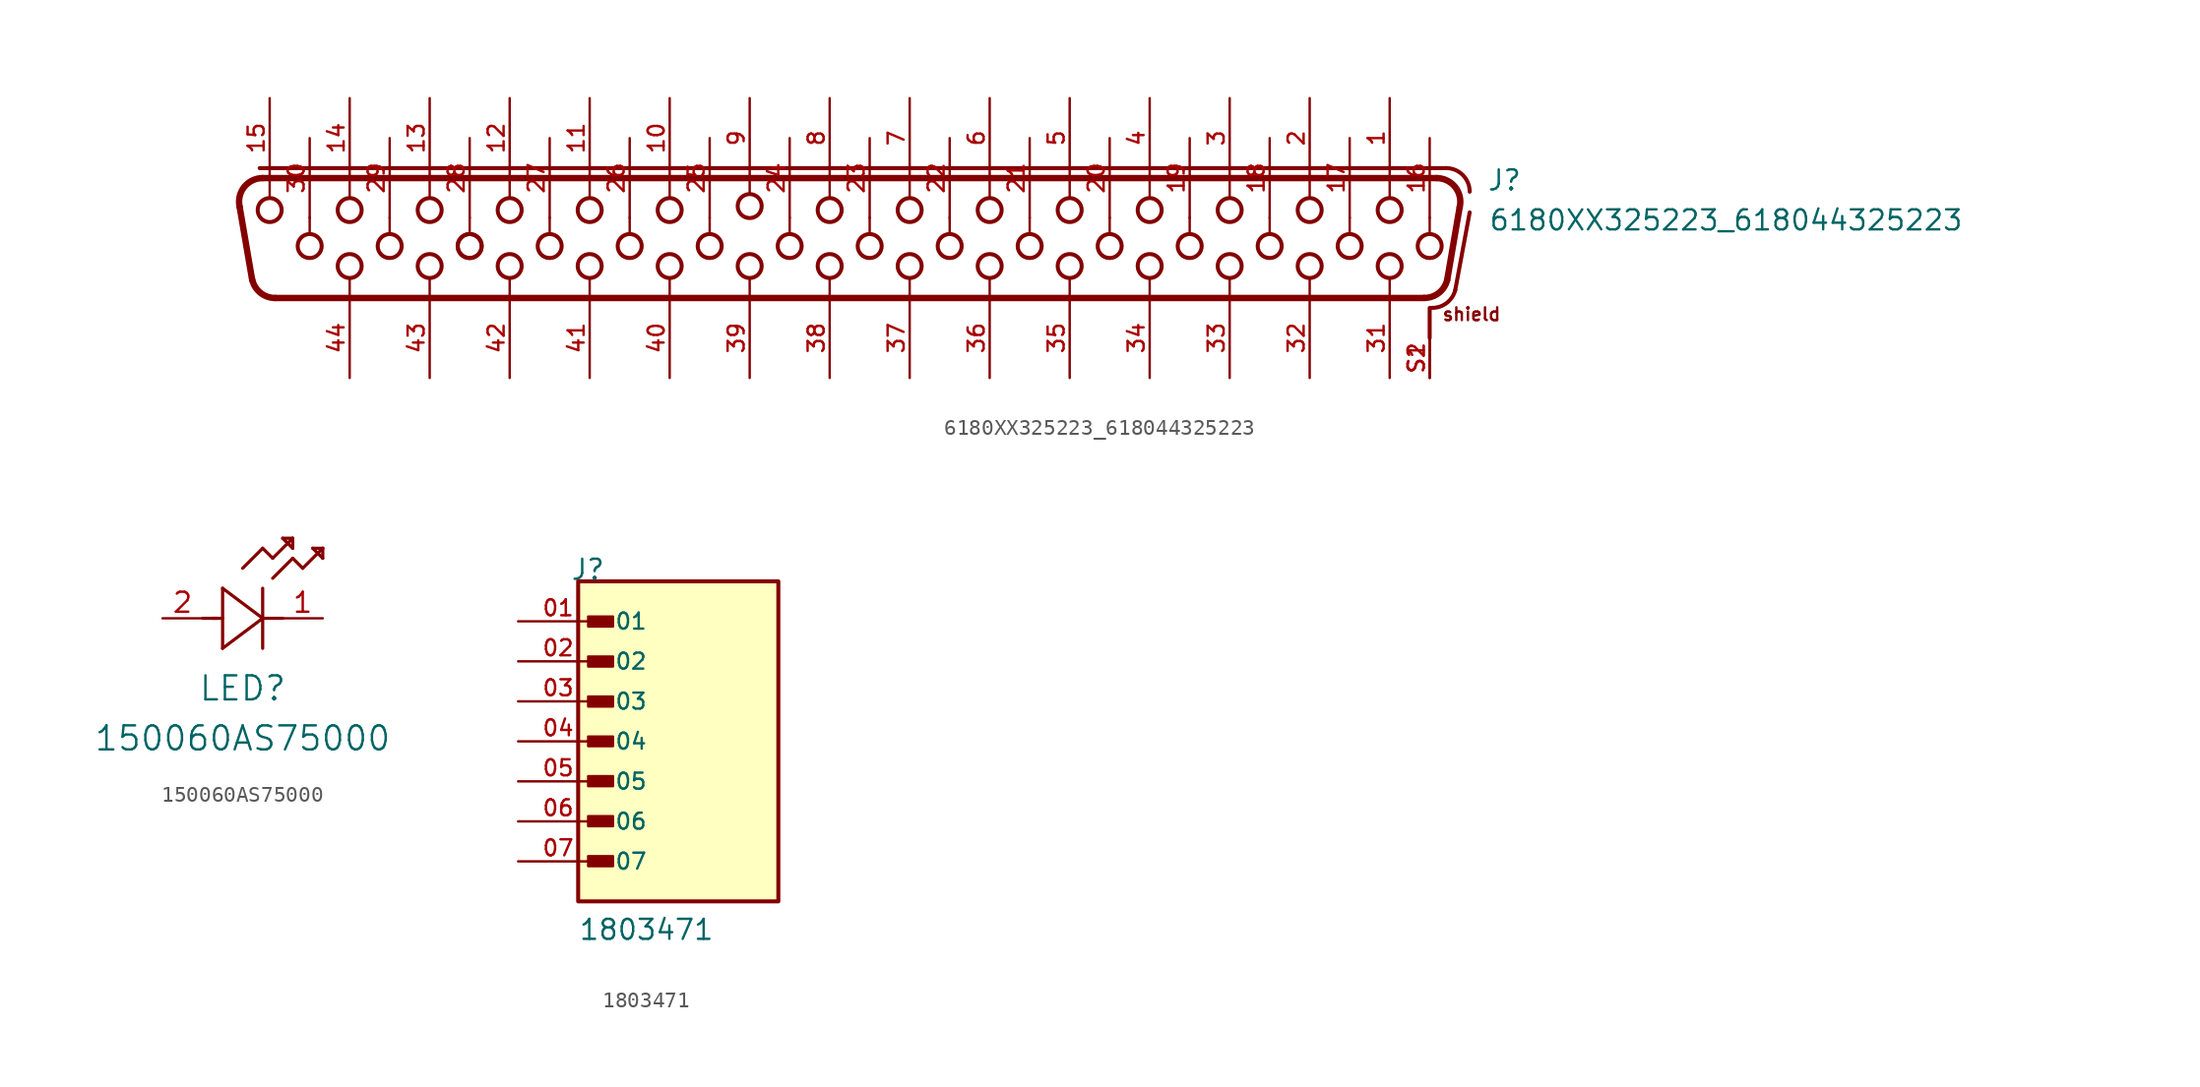
<source format=kicad_sym>
(kicad_symbol_lib
  (version 20231120)
  (generator "kicad_symbol_editor")
  (generator_version "8.0")
  (symbol "6180XX325223_618044325223"
    (pin_names
      (offset 1.016))
    (property "Reference" "J"
      (at 41.72 1.66 0)
      (effects (font (size 1.27 1.27)) (justify left bottom)))
    (property "Value" "6180XX325223_618044325223"
      (at 41.82 -0.88 0)
      (effects (font (size 1.27 1.27)) (justify left bottom)))
    (symbol "6180XX325223_618044325223_0_0"
      (arc (start -36.6729 -3.9248) (mid -36.1468 -4.7539) (end -35.2131 -5.08) (stroke (width 0.4064) (type default)) (fill (type none)))
      (arc (start -36.0044 2.54) (mid -37.1806 1.9708) (end -37.4642 0.6952) (stroke (width 0.4064) (type default)) (fill (type none)))
      (circle (center -35.56 0.508) (radius 0.762) (stroke (width 0.254) (type default)) (fill (type none)))
      (circle (center -33.02 -1.778) (radius 0.762) (stroke (width 0.254) (type default)) (fill (type none)))
      (circle (center -30.48 -3.048) (radius 0.762) (stroke (width 0.254) (type default)) (fill (type none)))
      (circle (center -30.48 0.508) (radius 0.762) (stroke (width 0.254) (type default)) (fill (type none)))
      (circle (center -27.94 -1.778) (radius 0.762) (stroke (width 0.254) (type default)) (fill (type none)))
      (circle (center -25.4 -3.048) (radius 0.762) (stroke (width 0.254) (type default)) (fill (type none)))
      (circle (center -25.4 0.508) (radius 0.762) (stroke (width 0.254) (type default)) (fill (type none)))
      (circle (center -22.86 -1.778) (radius 0.762) (stroke (width 0.254) (type default)) (fill (type none)))
      (circle (center -22.86 -1.778) (radius 0.762) (stroke (width 0.254) (type default)) (fill (type none)))
      (circle (center -20.32 -3.048) (radius 0.762) (stroke (width 0.254) (type default)) (fill (type none)))
      (circle (center -20.32 0.508) (radius 0.762) (stroke (width 0.254) (type default)) (fill (type none)))
      (circle (center -17.78 -1.778) (radius 0.762) (stroke (width 0.254) (type default)) (fill (type none)))
      (circle (center -15.24 -3.048) (radius 0.762) (stroke (width 0.254) (type default)) (fill (type none)))
      (circle (center -15.24 0.508) (radius 0.762) (stroke (width 0.254) (type default)) (fill (type none)))
      (circle (center -12.7 -1.778) (radius 0.762) (stroke (width 0.254) (type default)) (fill (type none)))
      (circle (center -10.16 -3.048) (radius 0.762) (stroke (width 0.254) (type default)) (fill (type none)))
      (circle (center -10.16 0.508) (radius 0.762) (stroke (width 0.254) (type default)) (fill (type none)))
      (circle (center -7.62 -1.778) (radius 0.762) (stroke (width 0.254) (type default)) (fill (type none)))
      (circle (center -5.08 -3.048) (radius 0.762) (stroke (width 0.254) (type default)) (fill (type none)))
      (circle (center -5.08 0.762) (radius 0.762) (stroke (width 0.254) (type default)) (fill (type none)))
      (circle (center -2.54 -1.778) (radius 0.762) (stroke (width 0.254) (type default)) (fill (type none)))
      (circle (center 0 -3.048) (radius 0.762) (stroke (width 0.254) (type default)) (fill (type none)))
      (polyline (pts (xy -36.673 -3.925) (xy -37.464 0.695)) (stroke (width 0.406) (type default)) (fill (type none)))
      (polyline (pts (xy -36.195 3.175) (xy 39.14 3.175)) (stroke (width 0.254) (type default)) (fill (type none)))
      (polyline (pts (xy -36.004 2.54) (xy 38.544 2.54)) (stroke (width 0.406) (type default)) (fill (type none)))
      (polyline (pts (xy -35.56 2.58) (xy -35.56 1.3)) (stroke (width 0.152) (type default)) (fill (type none)))
      (polyline (pts (xy -33.02 0.04) (xy -33.02 -1.04)) (stroke (width 0.152) (type default)) (fill (type none)))
      (polyline (pts (xy -30.48 -5.12) (xy -30.48 -3.84)) (stroke (width 0.152) (type default)) (fill (type none)))
      (polyline (pts (xy -30.48 2.58) (xy -30.48 1.3)) (stroke (width 0.152) (type default)) (fill (type none)))
      (polyline (pts (xy -27.94 0.04) (xy -27.94 -1.04)) (stroke (width 0.152) (type default)) (fill (type none)))
      (polyline (pts (xy -25.4 -5.12) (xy -25.4 -3.84)) (stroke (width 0.152) (type default)) (fill (type none)))
      (polyline (pts (xy -25.4 2.58) (xy -25.4 1.3)) (stroke (width 0.152) (type default)) (fill (type none)))
      (polyline (pts (xy -22.86 0.04) (xy -22.86 -1.04)) (stroke (width 0.152) (type default)) (fill (type none)))
      (polyline (pts (xy -20.32 -5.12) (xy -20.32 -3.84)) (stroke (width 0.152) (type default)) (fill (type none)))
      (polyline (pts (xy -20.32 2.58) (xy -20.32 1.3)) (stroke (width 0.152) (type default)) (fill (type none)))
      (polyline (pts (xy -17.78 0.04) (xy -17.78 -1.04)) (stroke (width 0.152) (type default)) (fill (type none)))
      (polyline (pts (xy -15.24 -5.12) (xy -15.24 -3.84)) (stroke (width 0.152) (type default)) (fill (type none)))
      (polyline (pts (xy -15.24 2.58) (xy -15.24 1.3)) (stroke (width 0.152) (type default)) (fill (type none)))
      (polyline (pts (xy -12.7 0.04) (xy -12.7 -1.04)) (stroke (width 0.152) (type default)) (fill (type none)))
      (polyline (pts (xy -10.16 -5.12) (xy -10.16 -3.84)) (stroke (width 0.152) (type default)) (fill (type none)))
      (polyline (pts (xy -10.16 2.58) (xy -10.16 1.3)) (stroke (width 0.152) (type default)) (fill (type none)))
      (polyline (pts (xy -7.62 0.04) (xy -7.62 -1.04)) (stroke (width 0.152) (type default)) (fill (type none)))
      (polyline (pts (xy -5.08 -5.12) (xy -5.08 -3.84)) (stroke (width 0.152) (type default)) (fill (type none)))
      (polyline (pts (xy -5.08 2.58) (xy -5.08 1.5)) (stroke (width 0.152) (type default)) (fill (type none)))
      (polyline (pts (xy -2.54 0.04) (xy -2.54 -1.04)) (stroke (width 0.152) (type default)) (fill (type none)))
      (polyline (pts (xy 0 -5.12) (xy 0 -3.84)) (stroke (width 0.152) (type default)) (fill (type none)))
      (polyline (pts (xy 0 2.58) (xy 0 1.3)) (stroke (width 0.152) (type default)) (fill (type none)))
      (polyline (pts (xy 2.54 0.04) (xy 2.54 -1.04)) (stroke (width 0.152) (type default)) (fill (type none)))
      (polyline (pts (xy 5.08 -5.12) (xy 5.08 -3.84)) (stroke (width 0.152) (type default)) (fill (type none)))
      (polyline (pts (xy 5.08 2.58) (xy 5.08 1.3)) (stroke (width 0.152) (type default)) (fill (type none)))
      (polyline (pts (xy 7.62 0.04) (xy 7.62 -1.04)) (stroke (width 0.152) (type default)) (fill (type none)))
      (polyline (pts (xy 10.16 -5.12) (xy 10.16 -3.84)) (stroke (width 0.152) (type default)) (fill (type none)))
      (polyline (pts (xy 10.16 2.58) (xy 10.16 1.3)) (stroke (width 0.152) (type default)) (fill (type none)))
      (polyline (pts (xy 12.7 0.04) (xy 12.7 -1.04)) (stroke (width 0.152) (type default)) (fill (type none)))
      (polyline (pts (xy 15.24 -5.12) (xy 15.24 -3.84)) (stroke (width 0.152) (type default)) (fill (type none)))
      (polyline (pts (xy 15.24 2.58) (xy 15.24 1.3)) (stroke (width 0.152) (type default)) (fill (type none)))
      (polyline (pts (xy 17.78 0.04) (xy 17.78 -1.04)) (stroke (width 0.152) (type default)) (fill (type none)))
      (polyline (pts (xy 20.32 -5.12) (xy 20.32 -3.84)) (stroke (width 0.152) (type default)) (fill (type none)))
      (polyline (pts (xy 20.32 2.58) (xy 20.32 1.3)) (stroke (width 0.152) (type default)) (fill (type none)))
      (polyline (pts (xy 22.86 0.04) (xy 22.86 -1.04)) (stroke (width 0.152) (type default)) (fill (type none)))
      (polyline (pts (xy 25.4 -5.12) (xy 25.4 -3.84)) (stroke (width 0.152) (type default)) (fill (type none)))
      (polyline (pts (xy 25.4 2.58) (xy 25.4 1.3)) (stroke (width 0.152) (type default)) (fill (type none)))
      (polyline (pts (xy 27.94 0.04) (xy 27.94 -1.04)) (stroke (width 0.152) (type default)) (fill (type none)))
      (polyline (pts (xy 30.48 -5.12) (xy 30.48 -3.84)) (stroke (width 0.152) (type default)) (fill (type none)))
      (polyline (pts (xy 30.48 2.58) (xy 30.48 1.3)) (stroke (width 0.152) (type default)) (fill (type none)))
      (polyline (pts (xy 33.02 0.04) (xy 33.02 -1.04)) (stroke (width 0.152) (type default)) (fill (type none)))
      (polyline (pts (xy 35.56 -5.12) (xy 35.56 -3.84)) (stroke (width 0.152) (type default)) (fill (type none)))
      (polyline (pts (xy 35.56 2.58) (xy 35.56 1.3)) (stroke (width 0.152) (type default)) (fill (type none)))
      (polyline (pts (xy 37.753 -5.08) (xy -35.213 -5.08)) (stroke (width 0.406) (type default)) (fill (type none)))
      (polyline (pts (xy 38.1 -5.715) (xy 38.1 -7.62)) (stroke (width 0.254) (type default)) (fill (type none)))
      (polyline (pts (xy 38.1 0.04) (xy 38.1 -1.04)) (stroke (width 0.152) (type default)) (fill (type none)))
      (polyline (pts (xy 38.14 -5.71) (xy 38.269 -5.71)) (stroke (width 0.254) (type default)) (fill (type none)))
      (polyline (pts (xy 39.724 -4.574) (xy 40.64 0.36)) (stroke (width 0.254) (type default)) (fill (type none)))
      (polyline (pts (xy 40.004 0.695) (xy 39.213 -3.925)) (stroke (width 0.406) (type default)) (fill (type none)))
      (circle (center 0 0.508) (radius 0.762) (stroke (width 0.254) (type default)) (fill (type none)))
      (circle (center 2.54 -1.778) (radius 0.762) (stroke (width 0.254) (type default)) (fill (type none)))
      (circle (center 5.08 -3.048) (radius 0.762) (stroke (width 0.254) (type default)) (fill (type none)))
      (circle (center 5.08 0.508) (radius 0.762) (stroke (width 0.254) (type default)) (fill (type none)))
      (circle (center 7.62 -1.778) (radius 0.762) (stroke (width 0.254) (type default)) (fill (type none)))
      (circle (center 10.16 -3.048) (radius 0.762) (stroke (width 0.254) (type default)) (fill (type none)))
      (circle (center 10.16 0.508) (radius 0.762) (stroke (width 0.254) (type default)) (fill (type none)))
      (circle (center 12.7 -1.778) (radius 0.762) (stroke (width 0.254) (type default)) (fill (type none)))
      (circle (center 15.24 -3.048) (radius 0.762) (stroke (width 0.254) (type default)) (fill (type none)))
      (circle (center 15.24 0.508) (radius 0.762) (stroke (width 0.254) (type default)) (fill (type none)))
      (circle (center 17.78 -1.778) (radius 0.762) (stroke (width 0.254) (type default)) (fill (type none)))
      (circle (center 20.32 -3.048) (radius 0.762) (stroke (width 0.254) (type default)) (fill (type none)))
      (circle (center 20.32 0.508) (radius 0.762) (stroke (width 0.254) (type default)) (fill (type none)))
      (circle (center 22.86 -1.778) (radius 0.762) (stroke (width 0.254) (type default)) (fill (type none)))
      (circle (center 25.4 -3.048) (radius 0.762) (stroke (width 0.254) (type default)) (fill (type none)))
      (circle (center 25.4 0.508) (radius 0.762) (stroke (width 0.254) (type default)) (fill (type none)))
      (circle (center 27.94 -1.778) (radius 0.762) (stroke (width 0.254) (type default)) (fill (type none)))
      (circle (center 30.48 -3.048) (radius 0.762) (stroke (width 0.254) (type default)) (fill (type none)))
      (circle (center 30.48 0.508) (radius 0.762) (stroke (width 0.254) (type default)) (fill (type none)))
      (circle (center 33.02 -1.778) (radius 0.762) (stroke (width 0.254) (type default)) (fill (type none)))
      (circle (center 35.56 -3.048) (radius 0.762) (stroke (width 0.254) (type default)) (fill (type none)))
      (circle (center 35.56 0.508) (radius 0.762) (stroke (width 0.254) (type default)) (fill (type none)))
      (arc (start 37.7531 -5.08) (mid 38.6808 -4.7586) (end 39.2129 -3.9248) (stroke (width 0.4064) (type default)) (fill (type none)))
      (circle (center 38.1 -1.778) (radius 0.762) (stroke (width 0.254) (type default)) (fill (type none)))
      (arc (start 38.2688 -5.71) (mid 39.1925 -5.3928) (end 39.7241 -4.5738) (stroke (width 0.254) (type default)) (fill (type none)))
      (arc (start 40.0042 0.6952) (mid 39.7183 1.9738) (end 38.5444 2.54) (stroke (width 0.4064) (type default)) (fill (type none)))
      (arc (start 40.64 1.675) (mid 40.2007 2.7357) (end 39.14 3.175) (stroke (width 0.254) (type default)) (fill (type none)))
      (text "shield" (at 38.84 -6.59 0) (effects (font (size 0.813 0.813)) (justify left bottom)))
      (pin bidirectional line (at 35.56 7.62 270) (length 5.08) (name "~" (effects (font (size 1.016 1.016)))) (number "1" (effects (font (size 1.016 1.016)))))
      (pin bidirectional line (at -10.16 7.62 270) (length 5.08) (name "~" (effects (font (size 1.016 1.016)))) (number "10" (effects (font (size 1.016 1.016)))))
      (pin bidirectional line (at -15.24 7.62 270) (length 5.08) (name "~" (effects (font (size 1.016 1.016)))) (number "11" (effects (font (size 1.016 1.016)))))
      (pin bidirectional line (at -20.32 7.62 270) (length 5.08) (name "~" (effects (font (size 1.016 1.016)))) (number "12" (effects (font (size 1.016 1.016)))))
      (pin bidirectional line (at -25.4 7.62 270) (length 5.08) (name "~" (effects (font (size 1.016 1.016)))) (number "13" (effects (font (size 1.016 1.016)))))
      (pin bidirectional line (at -30.48 7.62 270) (length 5.08) (name "~" (effects (font (size 1.016 1.016)))) (number "14" (effects (font (size 1.016 1.016)))))
      (pin bidirectional line (at -35.56 7.62 270) (length 5.08) (name "~" (effects (font (size 1.016 1.016)))) (number "15" (effects (font (size 1.016 1.016)))))
      (pin bidirectional line (at 38.1 5.08 270) (length 5.08) (name "~" (effects (font (size 1.016 1.016)))) (number "16" (effects (font (size 1.016 1.016)))))
      (pin bidirectional line (at 33.02 5.08 270) (length 5.08) (name "~" (effects (font (size 1.016 1.016)))) (number "17" (effects (font (size 1.016 1.016)))))
      (pin bidirectional line (at 27.94 5.08 270) (length 5.08) (name "~" (effects (font (size 1.016 1.016)))) (number "18" (effects (font (size 1.016 1.016)))))
      (pin bidirectional line (at 22.86 5.08 270) (length 5.08) (name "~" (effects (font (size 1.016 1.016)))) (number "19" (effects (font (size 1.016 1.016)))))
      (pin bidirectional line (at 30.48 7.62 270) (length 5.08) (name "~" (effects (font (size 1.016 1.016)))) (number "2" (effects (font (size 1.016 1.016)))))
      (pin bidirectional line (at 17.78 5.08 270) (length 5.08) (name "~" (effects (font (size 1.016 1.016)))) (number "20" (effects (font (size 1.016 1.016)))))
      (pin bidirectional line (at 12.7 5.08 270) (length 5.08) (name "~" (effects (font (size 1.016 1.016)))) (number "21" (effects (font (size 1.016 1.016)))))
      (pin bidirectional line (at 7.62 5.08 270) (length 5.08) (name "~" (effects (font (size 1.016 1.016)))) (number "22" (effects (font (size 1.016 1.016)))))
      (pin bidirectional line (at 2.54 5.08 270) (length 5.08) (name "~" (effects (font (size 1.016 1.016)))) (number "23" (effects (font (size 1.016 1.016)))))
      (pin bidirectional line (at -2.54 5.08 270) (length 5.08) (name "~" (effects (font (size 1.016 1.016)))) (number "24" (effects (font (size 1.016 1.016)))))
      (pin bidirectional line (at -7.62 5.08 270) (length 5.08) (name "~" (effects (font (size 1.016 1.016)))) (number "25" (effects (font (size 1.016 1.016)))))
      (pin bidirectional line (at -12.7 5.08 270) (length 5.08) (name "~" (effects (font (size 1.016 1.016)))) (number "26" (effects (font (size 1.016 1.016)))))
      (pin bidirectional line (at -17.78 5.08 270) (length 5.08) (name "~" (effects (font (size 1.016 1.016)))) (number "27" (effects (font (size 1.016 1.016)))))
      (pin bidirectional line (at -22.86 5.08 270) (length 5.08) (name "~" (effects (font (size 1.016 1.016)))) (number "28" (effects (font (size 1.016 1.016)))))
      (pin bidirectional line (at -27.94 5.08 270) (length 5.08) (name "~" (effects (font (size 1.016 1.016)))) (number "29" (effects (font (size 1.016 1.016)))))
      (pin bidirectional line (at 25.4 7.62 270) (length 5.08) (name "~" (effects (font (size 1.016 1.016)))) (number "3" (effects (font (size 1.016 1.016)))))
      (pin bidirectional line (at -33.02 5.08 270) (length 5.08) (name "~" (effects (font (size 1.016 1.016)))) (number "30" (effects (font (size 1.016 1.016)))))
      (pin bidirectional line (at 35.56 -10.16 90) (length 5.08) (name "~" (effects (font (size 1.016 1.016)))) (number "31" (effects (font (size 1.016 1.016)))))
      (pin bidirectional line (at 30.48 -10.16 90) (length 5.08) (name "~" (effects (font (size 1.016 1.016)))) (number "32" (effects (font (size 1.016 1.016)))))
      (pin bidirectional line (at 25.4 -10.16 90) (length 5.08) (name "~" (effects (font (size 1.016 1.016)))) (number "33" (effects (font (size 1.016 1.016)))))
      (pin bidirectional line (at 20.32 -10.16 90) (length 5.08) (name "~" (effects (font (size 1.016 1.016)))) (number "34" (effects (font (size 1.016 1.016)))))
      (pin bidirectional line (at 15.24 -10.16 90) (length 5.08) (name "~" (effects (font (size 1.016 1.016)))) (number "35" (effects (font (size 1.016 1.016)))))
      (pin bidirectional line (at 10.16 -10.16 90) (length 5.08) (name "~" (effects (font (size 1.016 1.016)))) (number "36" (effects (font (size 1.016 1.016)))))
      (pin bidirectional line (at 5.08 -10.16 90) (length 5.08) (name "~" (effects (font (size 1.016 1.016)))) (number "37" (effects (font (size 1.016 1.016)))))
      (pin bidirectional line (at 0 -10.16 90) (length 5.08) (name "~" (effects (font (size 1.016 1.016)))) (number "38" (effects (font (size 1.016 1.016)))))
      (pin bidirectional line (at -5.08 -10.16 90) (length 5.08) (name "~" (effects (font (size 1.016 1.016)))) (number "39" (effects (font (size 1.016 1.016)))))
      (pin bidirectional line (at 20.32 7.62 270) (length 5.08) (name "~" (effects (font (size 1.016 1.016)))) (number "4" (effects (font (size 1.016 1.016)))))
      (pin bidirectional line (at -10.16 -10.16 90) (length 5.08) (name "~" (effects (font (size 1.016 1.016)))) (number "40" (effects (font (size 1.016 1.016)))))
      (pin bidirectional line (at -15.24 -10.16 90) (length 5.08) (name "~" (effects (font (size 1.016 1.016)))) (number "41" (effects (font (size 1.016 1.016)))))
      (pin bidirectional line (at -20.32 -10.16 90) (length 5.08) (name "~" (effects (font (size 1.016 1.016)))) (number "42" (effects (font (size 1.016 1.016)))))
      (pin bidirectional line (at -25.4 -10.16 90) (length 5.08) (name "~" (effects (font (size 1.016 1.016)))) (number "43" (effects (font (size 1.016 1.016)))))
      (pin bidirectional line (at -30.48 -10.16 90) (length 5.08) (name "~" (effects (font (size 1.016 1.016)))) (number "44" (effects (font (size 1.016 1.016)))))
      (pin bidirectional line (at 15.24 7.62 270) (length 5.08) (name "~" (effects (font (size 1.016 1.016)))) (number "5" (effects (font (size 1.016 1.016)))))
      (pin bidirectional line (at 10.16 7.62 270) (length 5.08) (name "~" (effects (font (size 1.016 1.016)))) (number "6" (effects (font (size 1.016 1.016)))))
      (pin bidirectional line (at 5.08 7.62 270) (length 5.08) (name "~" (effects (font (size 1.016 1.016)))) (number "7" (effects (font (size 1.016 1.016)))))
      (pin bidirectional line (at 0 7.62 270) (length 5.08) (name "~" (effects (font (size 1.016 1.016)))) (number "8" (effects (font (size 1.016 1.016)))))
      (pin bidirectional line (at -5.08 7.62 270) (length 5.08) (name "~" (effects (font (size 1.016 1.016)))) (number "9" (effects (font (size 1.016 1.016)))))
      (pin bidirectional line (at 38.1 -10.16 90) (length 2.54) (name "~" (effects (font (size 1.016 1.016)))) (number "S1" (effects (font (size 1.016 1.016)))))
      (pin bidirectional line (at 38.1 -10.16 90) (length 2.54) (name "~" (effects (font (size 1.016 1.016)))) (number "S2" (effects (font (size 1.016 1.016)))))))
  (symbol "150060AS75000"
    (pin_names
      (offset 0.254))
    (property "Reference" "LED"
      (at 5.08 -4.445 0)
      (effects (font (size 1.524 1.524))))
    (property "Value" "150060AS75000"
      (at 5.08 -7.62 0)
      (effects (font (size 1.524 1.524))))
    (symbol "150060AS75000_0_1"
      (polyline (pts (xy 2.54 0) (xy 3.48 0)) (stroke (width 0.203) (type default)) (fill (type none)))
      (polyline (pts (xy 3.175 0) (xy 3.81 0)) (stroke (width 0.203) (type default)) (fill (type none)))
      (polyline (pts (xy 3.81 -1.905) (xy 6.35 0)) (stroke (width 0.203) (type default)) (fill (type none)))
      (polyline (pts (xy 3.81 1.905) (xy 3.81 -1.905)) (stroke (width 0.203) (type default)) (fill (type none)))
      (polyline (pts (xy 5.08 3.175) (xy 6.35 4.445)) (stroke (width 0.203) (type default)) (fill (type none)))
      (polyline (pts (xy 6.35 -1.905) (xy 6.35 1.905)) (stroke (width 0.203) (type default)) (fill (type none)))
      (polyline (pts (xy 6.35 0) (xy 3.81 1.905)) (stroke (width 0.203) (type default)) (fill (type none)))
      (polyline (pts (xy 6.35 0) (xy 7.62 0)) (stroke (width 0.203) (type default)) (fill (type none)))
      (polyline (pts (xy 6.35 4.445) (xy 6.985 3.81)) (stroke (width 0.203) (type default)) (fill (type none)))
      (polyline (pts (xy 6.985 2.54) (xy 8.255 3.81)) (stroke (width 0.203) (type default)) (fill (type none)))
      (polyline (pts (xy 6.985 3.81) (xy 8.255 5.08)) (stroke (width 0.203) (type default)) (fill (type none)))
      (polyline (pts (xy 7.62 5.08) (xy 8.255 4.445)) (stroke (width 0.203) (type default)) (fill (type none)))
      (polyline (pts (xy 8.255 3.81) (xy 8.89 3.175)) (stroke (width 0.203) (type default)) (fill (type none)))
      (polyline (pts (xy 8.255 4.445) (xy 8.255 5.08)) (stroke (width 0.203) (type default)) (fill (type none)))
      (polyline (pts (xy 8.255 5.08) (xy 7.62 5.08)) (stroke (width 0.203) (type default)) (fill (type none)))
      (polyline (pts (xy 8.89 3.175) (xy 10.16 4.445)) (stroke (width 0.203) (type default)) (fill (type none)))
      (polyline (pts (xy 9.525 4.445) (xy 10.16 3.81)) (stroke (width 0.203) (type default)) (fill (type none)))
      (polyline (pts (xy 10.16 3.81) (xy 10.16 4.445)) (stroke (width 0.203) (type default)) (fill (type none)))
      (polyline (pts (xy 10.16 4.445) (xy 9.525 4.445)) (stroke (width 0.203) (type default)) (fill (type none)))
      (pin unspecified line (at 10.16 0 180) (length 2.54) (name "" (effects (font (size 1.27 1.27)))) (number "1" (effects (font (size 1.27 1.27)))))
      (pin unspecified line (at 0 0 0) (length 2.54) (name "" (effects (font (size 1.27 1.27)))) (number "2" (effects (font (size 1.27 1.27)))))))
  (symbol "1803471"
    (pin_names
      (offset 1.016))
    (property "Reference" "J"
      (at -6.858 10.16 0)
      (effects (font (size 1.27 1.27)) (justify left bottom)))
    (property "Value" "1803471"
      (at -6.35 -12.7 0)
      (effects (font (size 1.27 1.27)) (justify left bottom)))
    (property "ki_locked" ""
      (at 0 0 0)
      (effects (font (size 1.27 1.27))))
    (symbol "1803471_0_0"
      (rectangle (start -6.35 -10.16) (end 6.35 10.16) (stroke (width 0.254) (type solid)) (fill (type background)))
      (rectangle (start -5.715 -7.925) (end -4.14 -7.29) (stroke (width 0) (type solid)) (fill (type outline)))
      (rectangle (start -5.715 -5.385) (end -4.14 -4.75) (stroke (width 0) (type solid)) (fill (type outline)))
      (rectangle (start -5.715 -2.845) (end -4.14 -2.21) (stroke (width 0) (type solid)) (fill (type outline)))
      (rectangle (start -5.715 -0.305) (end -4.14 0.305) (stroke (width 0) (type solid)) (fill (type outline)))
      (rectangle (start -5.715 2.21) (end -4.14 2.845) (stroke (width 0) (type solid)) (fill (type outline)))
      (rectangle (start -5.715 4.75) (end -4.14 5.385) (stroke (width 0) (type solid)) (fill (type outline)))
      (rectangle (start -5.715 7.29) (end -4.14 7.925) (stroke (width 0) (type solid)) (fill (type outline)))
      (pin passive line (at -10.16 7.62 0) (length 5.08) (name "01" (effects (font (size 1.016 1.016)))) (number "01" (effects (font (size 1.016 1.016)))))
      (pin passive line (at -10.16 5.08 0) (length 5.08) (name "02" (effects (font (size 1.016 1.016)))) (number "02" (effects (font (size 1.016 1.016)))))
      (pin passive line (at -10.16 2.54 0) (length 5.08) (name "03" (effects (font (size 1.016 1.016)))) (number "03" (effects (font (size 1.016 1.016)))))
      (pin passive line (at -10.16 0 0) (length 5.08) (name "04" (effects (font (size 1.016 1.016)))) (number "04" (effects (font (size 1.016 1.016)))))
      (pin passive line (at -10.16 -2.54 0) (length 5.08) (name "05" (effects (font (size 1.016 1.016)))) (number "05" (effects (font (size 1.016 1.016)))))
      (pin passive line (at -10.16 -5.08 0) (length 5.08) (name "06" (effects (font (size 1.016 1.016)))) (number "06" (effects (font (size 1.016 1.016)))))
      (pin passive line (at -10.16 -7.62 0) (length 5.08) (name "07" (effects (font (size 1.016 1.016)))) (number "07" (effects (font (size 1.016 1.016))))))))
</source>
